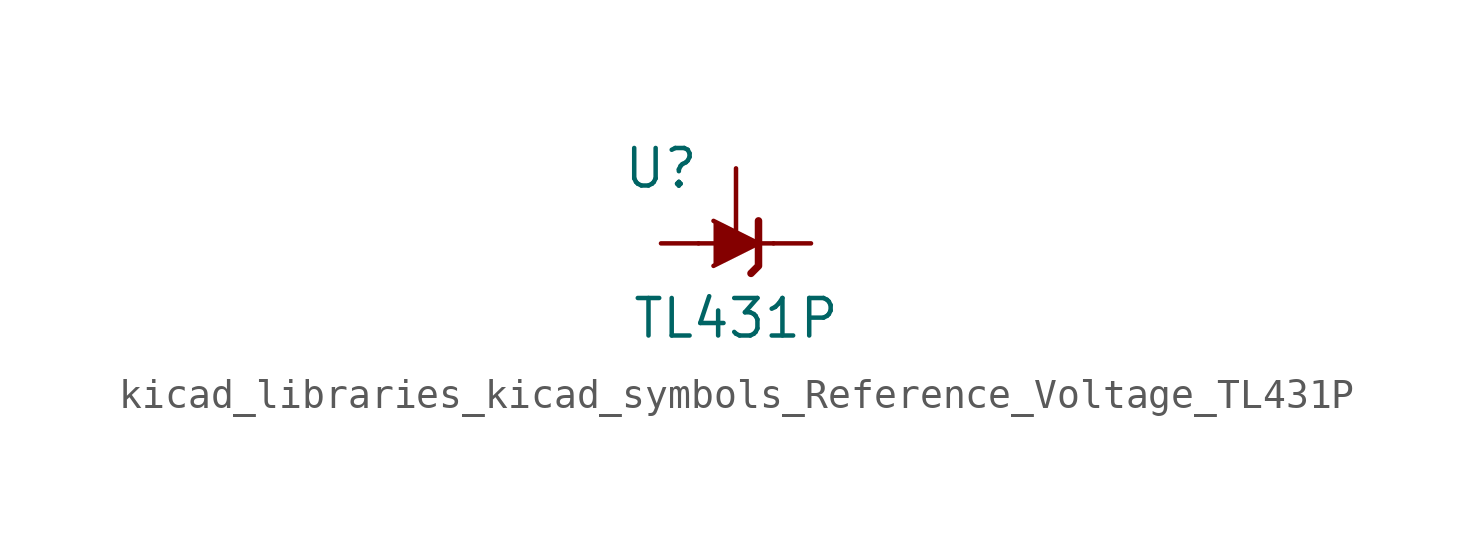
<source format=kicad_sym>
(kicad_symbol_lib
  (version 20220914)
  (generator kicad_symbol_editor)
  (symbol "kicad_libraries_kicad_symbols_Reference_Voltage_TL431P"
    (pin_numbers hide)
    (pin_names hide)
    (property "Reference" "U"
      (at -2.54 2.54 0)
      (effects (font (size 1.27 1.27))))
    (property "Value" "TL431P"
      (at 0 -2.54 0)
      (effects (font (size 1.27 1.27))))
    (symbol "kicad_libraries_kicad_symbols_Reference_Voltage_TL431P_0_1"
      (polyline (pts (xy -1.27 0) (xy 0 0) (xy 1.27 0)) (stroke (width 0) (type default)) (fill (type none)))
      (polyline (pts (xy -0.762 0.762) (xy 0.762 0) (xy -0.762 -0.762)) (stroke (width 0) (type default)) (fill (type outline)))
      (polyline (pts (xy 0.508 -1.016) (xy 0.762 -0.762) (xy 0.762 0.762) (xy 0.762 0.762)) (stroke (width 0.254) (type default)) (fill (type none))))
    (symbol "kicad_libraries_kicad_symbols_Reference_Voltage_TL431P_1_1"
      (pin passive line (at 2.54 0 180) (length 1.27) (name "K" (effects (font (size 1.27 1.27)))) (number "1" (effects (font (size 1.27 1.27)))))
      (pin passive line (at -2.54 0 0) (length 1.27) (name "A" (effects (font (size 1.27 1.27)))) (number "6" (effects (font (size 1.27 1.27)))))
      (pin passive line (at 0 2.54 270) (length 2.54) (name "REF" (effects (font (size 1.27 1.27)))) (number "8" (effects (font (size 1.27 1.27))))))))
</source>
